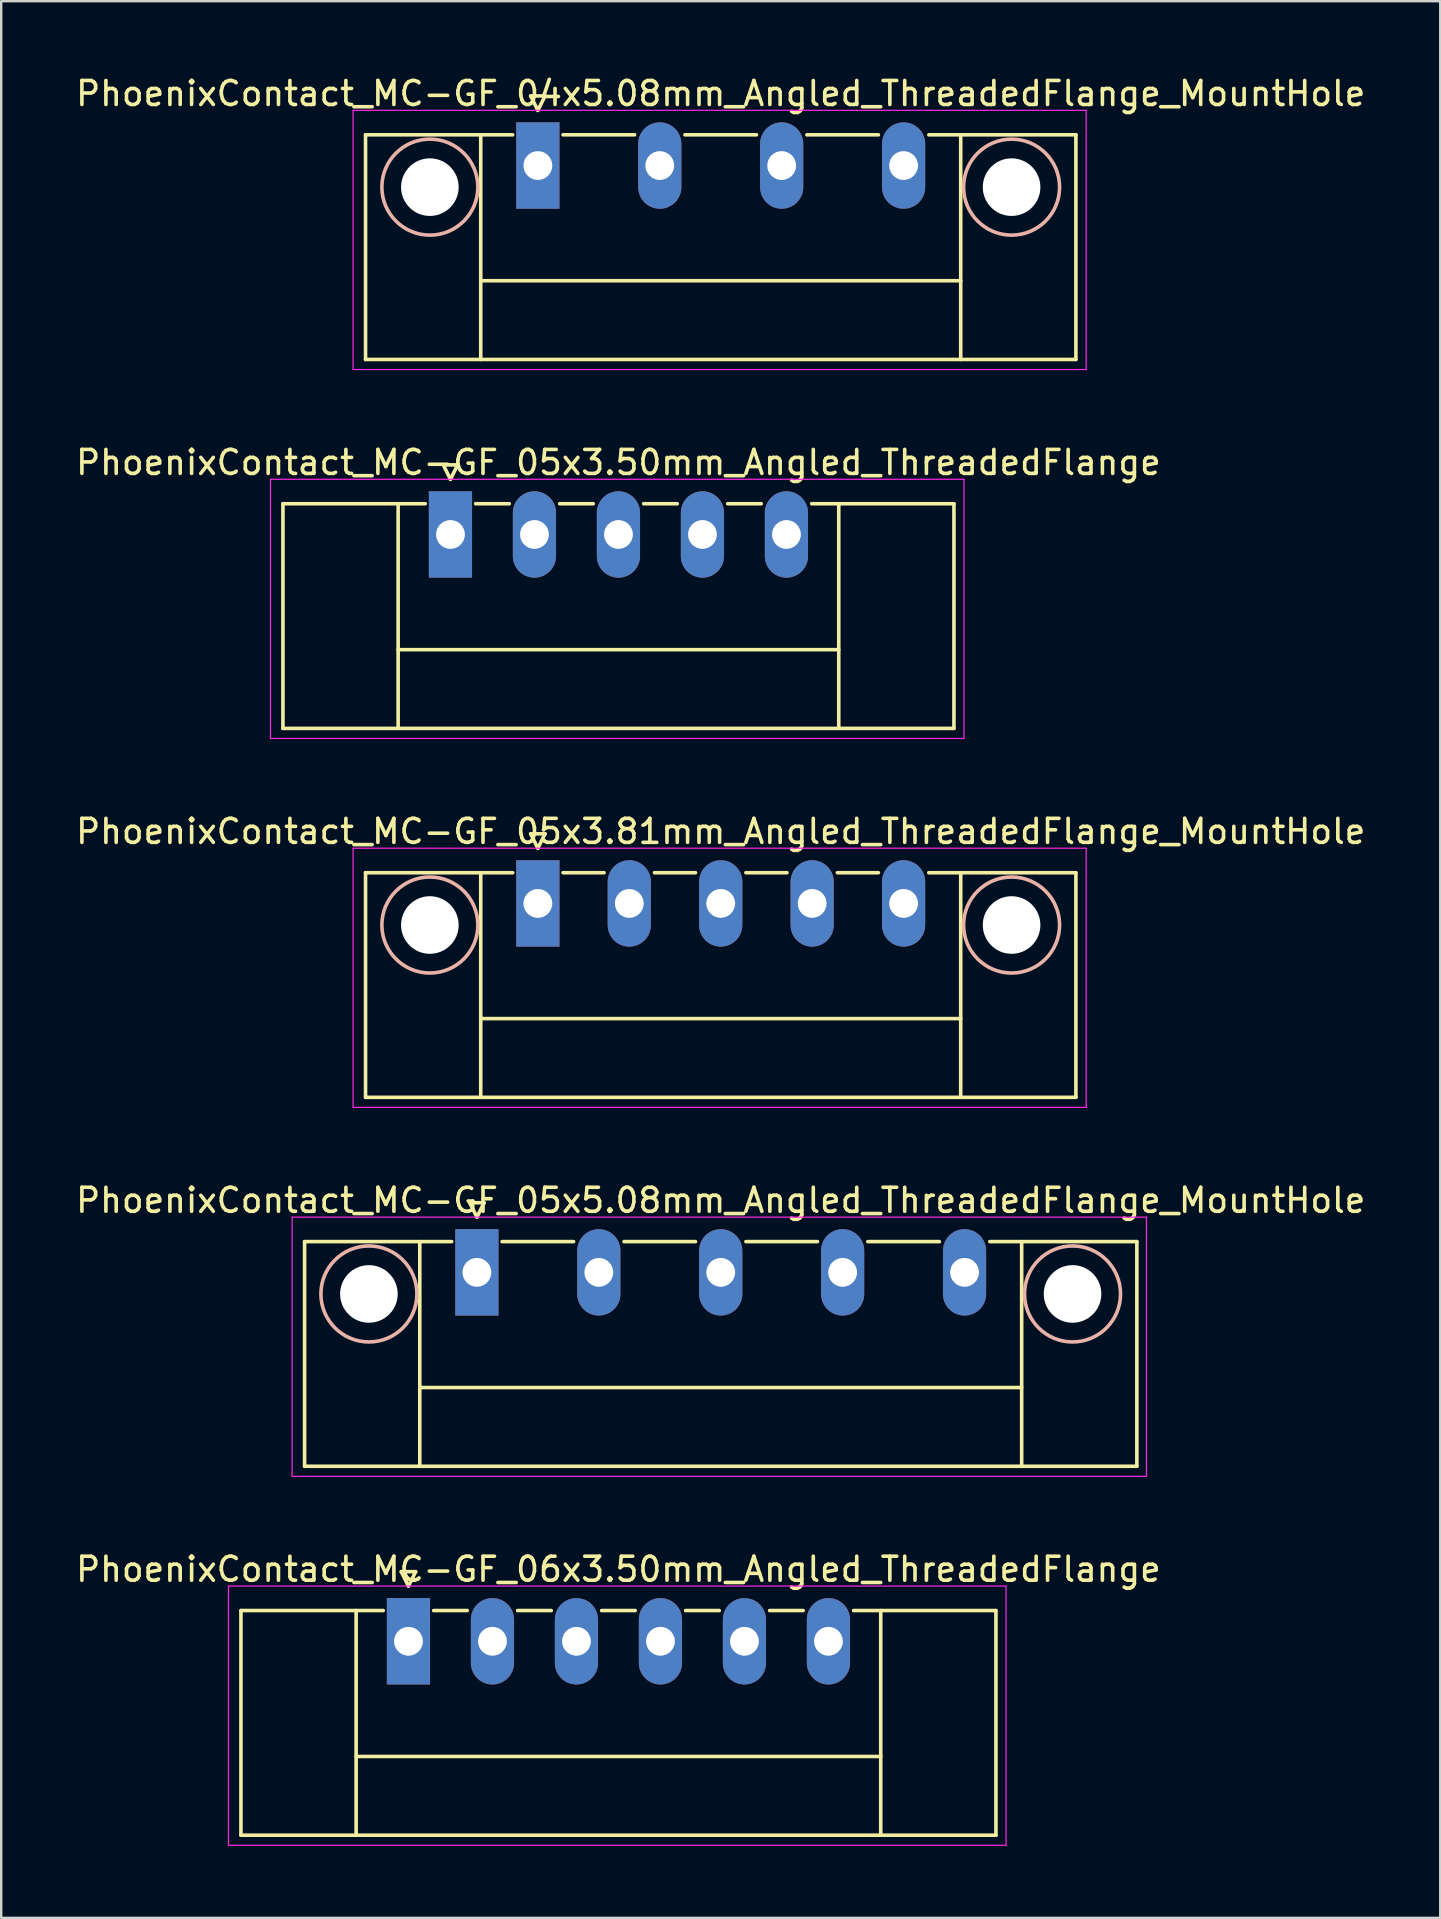
<source format=kicad_pcb>
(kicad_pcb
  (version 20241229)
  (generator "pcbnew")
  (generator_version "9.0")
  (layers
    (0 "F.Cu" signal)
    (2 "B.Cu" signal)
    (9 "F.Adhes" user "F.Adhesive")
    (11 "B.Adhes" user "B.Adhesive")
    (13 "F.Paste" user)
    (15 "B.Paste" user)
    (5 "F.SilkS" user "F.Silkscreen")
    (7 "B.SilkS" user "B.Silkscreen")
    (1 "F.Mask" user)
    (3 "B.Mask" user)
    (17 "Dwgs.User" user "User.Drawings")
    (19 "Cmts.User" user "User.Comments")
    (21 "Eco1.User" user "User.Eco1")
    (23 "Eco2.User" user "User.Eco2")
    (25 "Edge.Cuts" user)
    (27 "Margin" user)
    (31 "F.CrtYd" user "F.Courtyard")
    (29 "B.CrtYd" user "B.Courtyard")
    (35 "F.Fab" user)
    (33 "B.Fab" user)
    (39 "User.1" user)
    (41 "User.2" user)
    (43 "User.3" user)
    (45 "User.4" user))
  (footprint "PhoenixContact_MC-GF_04x5.08mm_Angled_ThreadedFlange_MountHole"
    (layer "F.Cu")
    (at 19.362 3.848)
    (property "Reference" "PhoenixContact_MC-GF_04x5.08mm_Angled_ThreadedFlange_MountHole" (at 7.62 -3 0) (layer "F.SilkS") (effects (font (size 1 1) (thickness 0.15))))
    (attr through_hole)
    (fp_line (start -7.18 -1.28) (end -7.18 8.08) (stroke (width 0.15) (type solid)) (layer "F.SilkS"))
    (fp_line (start -7.18 -1.28) (end -1.05 -1.28) (stroke (width 0.15) (type solid)) (layer "F.SilkS"))
    (fp_line (start -7.18 8.08) (end 22.42 8.08) (stroke (width 0.15) (type solid)) (layer "F.SilkS"))
    (fp_line (start -2.38 -1.28) (end -2.38 8.08) (stroke (width 0.15) (type solid)) (layer "F.SilkS"))
    (fp_line (start -2.38 4.8) (end 17.62 4.8) (stroke (width 0.15) (type solid)) (layer "F.SilkS"))
    (fp_line (start -0.3 -2.9) (end 0 -2.3) (stroke (width 0.15) (type solid)) (layer "F.SilkS"))
    (fp_line (start 0 -2.3) (end 0.3 -2.9) (stroke (width 0.15) (type solid)) (layer "F.SilkS"))
    (fp_line (start 0.3 -2.9) (end -0.3 -2.9) (stroke (width 0.15) (type solid)) (layer "F.SilkS"))
    (fp_line (start 1.05 -1.28) (end 4.03 -1.28) (stroke (width 0.15) (type solid)) (layer "F.SilkS"))
    (fp_line (start 6.13 -1.28) (end 9.11 -1.28) (stroke (width 0.15) (type solid)) (layer "F.SilkS"))
    (fp_line (start 11.21 -1.28) (end 14.19 -1.28) (stroke (width 0.15) (type solid)) (layer "F.SilkS"))
    (fp_line (start 17.62 -1.28) (end 17.62 8.08) (stroke (width 0.15) (type solid)) (layer "F.SilkS"))
    (fp_line (start 22.42 -1.28) (end 16.29 -1.28) (stroke (width 0.15) (type solid)) (layer "F.SilkS"))
    (fp_line (start 22.42 8.08) (end 22.42 -1.28) (stroke (width 0.15) (type solid)) (layer "F.SilkS"))
    (fp_circle (center -4.5 0.9) (end -2.5 0.9) (stroke (width 0.15) (type solid)) (fill no) (layer "B.SilkS"))
    (fp_circle (center 19.74 0.9) (end 21.74 0.9) (stroke (width 0.15) (type solid)) (fill no) (layer "B.SilkS"))
    (fp_line (start -7.7 -2.3) (end -7.7 8.5) (stroke (width 0.05) (type solid)) (layer "F.CrtYd"))
    (fp_line (start -7.7 8.5) (end 22.85 8.5) (stroke (width 0.05) (type solid)) (layer "F.CrtYd"))
    (fp_line (start 22.85 -2.3) (end -7.7 -2.3) (stroke (width 0.05) (type solid)) (layer "F.CrtYd"))
    (fp_line (start 22.85 8.5) (end 22.85 -2.3) (stroke (width 0.05) (type solid)) (layer "F.CrtYd"))
    (pad "" np_thru_hole circle (at -4.5 0.9) (size 2.4 2.4) (drill 2.4) (layers "*.Cu" "*.Mask"))
    (pad "" np_thru_hole circle (at 19.74 0.9) (size 2.4 2.4) (drill 2.4) (layers "*.Cu" "*.Mask"))
    (pad "1" thru_hole rect (at 0 0) (size 1.8 3.6) (drill 1.2) (layers "*.Cu" "*.Mask"))
    (pad "2" thru_hole oval (at 5.08 0) (size 1.8 3.6) (drill 1.2) (layers "*.Cu" "*.Mask"))
    (pad "3" thru_hole oval (at 10.16 0) (size 1.8 3.6) (drill 1.2) (layers "*.Cu" "*.Mask"))
    (pad "4" thru_hole oval (at 15.24 0) (size 1.8 3.6) (drill 1.2) (layers "*.Cu" "*.Mask")))
  (footprint "PhoenixContact_MC-GF_05x3.50mm_Angled_ThreadedFlange"
    (layer "F.Cu")
    (at 15.72 19.221)
    (property "Reference" "PhoenixContact_MC-GF_05x3.50mm_Angled_ThreadedFlange" (at 7 -3 0) (layer "F.SilkS") (effects (font (size 1 1) (thickness 0.15))))
    (attr through_hole)
    (fp_line (start -6.98 -1.28) (end -6.98 8.08) (stroke (width 0.15) (type solid)) (layer "F.SilkS"))
    (fp_line (start -6.98 -1.28) (end -1.05 -1.28) (stroke (width 0.15) (type solid)) (layer "F.SilkS"))
    (fp_line (start -6.98 8.08) (end 20.98 8.08) (stroke (width 0.15) (type solid)) (layer "F.SilkS"))
    (fp_line (start -2.18 -1.28) (end -2.18 8.08) (stroke (width 0.15) (type solid)) (layer "F.SilkS"))
    (fp_line (start -2.18 4.8) (end 16.18 4.8) (stroke (width 0.15) (type solid)) (layer "F.SilkS"))
    (fp_line (start -0.3 -2.9) (end 0 -2.3) (stroke (width 0.15) (type solid)) (layer "F.SilkS"))
    (fp_line (start 0 -2.3) (end 0.3 -2.9) (stroke (width 0.15) (type solid)) (layer "F.SilkS"))
    (fp_line (start 0.3 -2.9) (end -0.3 -2.9) (stroke (width 0.15) (type solid)) (layer "F.SilkS"))
    (fp_line (start 1.05 -1.28) (end 2.45 -1.28) (stroke (width 0.15) (type solid)) (layer "F.SilkS"))
    (fp_line (start 4.55 -1.28) (end 5.95 -1.28) (stroke (width 0.15) (type solid)) (layer "F.SilkS"))
    (fp_line (start 8.05 -1.28) (end 9.45 -1.28) (stroke (width 0.15) (type solid)) (layer "F.SilkS"))
    (fp_line (start 11.55 -1.28) (end 12.95 -1.28) (stroke (width 0.15) (type solid)) (layer "F.SilkS"))
    (fp_line (start 16.18 -1.28) (end 16.18 8.08) (stroke (width 0.15) (type solid)) (layer "F.SilkS"))
    (fp_line (start 20.98 -1.28) (end 15.05 -1.28) (stroke (width 0.15) (type solid)) (layer "F.SilkS"))
    (fp_line (start 20.98 8.08) (end 20.98 -1.28) (stroke (width 0.15) (type solid)) (layer "F.SilkS"))
    (fp_line (start -7.5 -2.3) (end -7.5 8.5) (stroke (width 0.05) (type solid)) (layer "F.CrtYd"))
    (fp_line (start -7.5 8.5) (end 21.4 8.5) (stroke (width 0.05) (type solid)) (layer "F.CrtYd"))
    (fp_line (start 21.4 -2.3) (end -7.5 -2.3) (stroke (width 0.05) (type solid)) (layer "F.CrtYd"))
    (fp_line (start 21.4 8.5) (end 21.4 -2.3) (stroke (width 0.05) (type solid)) (layer "F.CrtYd"))
    (pad "1" thru_hole rect (at 0 0) (size 1.8 3.6) (drill 1.2) (layers "*.Cu" "*.Mask"))
    (pad "2" thru_hole oval (at 3.5 0) (size 1.8 3.6) (drill 1.2) (layers "*.Cu" "*.Mask"))
    (pad "3" thru_hole oval (at 7 0) (size 1.8 3.6) (drill 1.2) (layers "*.Cu" "*.Mask"))
    (pad "4" thru_hole oval (at 10.5 0) (size 1.8 3.6) (drill 1.2) (layers "*.Cu" "*.Mask"))
    (pad "5" thru_hole oval (at 14 0) (size 1.8 3.6) (drill 1.2) (layers "*.Cu" "*.Mask")))
  (footprint "PhoenixContact_MC-GF_06x3.50mm_Angled_ThreadedFlange"
    (layer "F.Cu")
    (at 13.97 65.341)
    (property "Reference" "PhoenixContact_MC-GF_06x3.50mm_Angled_ThreadedFlange" (at 8.75 -3 0) (layer "F.SilkS") (effects (font (size 1 1) (thickness 0.15))))
    (attr through_hole)
    (fp_line (start -6.98 -1.28) (end -6.98 8.08) (stroke (width 0.15) (type solid)) (layer "F.SilkS"))
    (fp_line (start -6.98 -1.28) (end -1.05 -1.28) (stroke (width 0.15) (type solid)) (layer "F.SilkS"))
    (fp_line (start -6.98 8.08) (end 24.48 8.08) (stroke (width 0.15) (type solid)) (layer "F.SilkS"))
    (fp_line (start -2.18 -1.28) (end -2.18 8.08) (stroke (width 0.15) (type solid)) (layer "F.SilkS"))
    (fp_line (start -2.18 4.8) (end 19.68 4.8) (stroke (width 0.15) (type solid)) (layer "F.SilkS"))
    (fp_line (start -0.3 -2.9) (end 0 -2.3) (stroke (width 0.15) (type solid)) (layer "F.SilkS"))
    (fp_line (start 0 -2.3) (end 0.3 -2.9) (stroke (width 0.15) (type solid)) (layer "F.SilkS"))
    (fp_line (start 0.3 -2.9) (end -0.3 -2.9) (stroke (width 0.15) (type solid)) (layer "F.SilkS"))
    (fp_line (start 1.05 -1.28) (end 2.45 -1.28) (stroke (width 0.15) (type solid)) (layer "F.SilkS"))
    (fp_line (start 4.55 -1.28) (end 5.95 -1.28) (stroke (width 0.15) (type solid)) (layer "F.SilkS"))
    (fp_line (start 8.05 -1.28) (end 9.45 -1.28) (stroke (width 0.15) (type solid)) (layer "F.SilkS"))
    (fp_line (start 11.55 -1.28) (end 12.95 -1.28) (stroke (width 0.15) (type solid)) (layer "F.SilkS"))
    (fp_line (start 15.05 -1.28) (end 16.45 -1.28) (stroke (width 0.15) (type solid)) (layer "F.SilkS"))
    (fp_line (start 19.68 -1.28) (end 19.68 8.08) (stroke (width 0.15) (type solid)) (layer "F.SilkS"))
    (fp_line (start 24.48 -1.28) (end 18.55 -1.28) (stroke (width 0.15) (type solid)) (layer "F.SilkS"))
    (fp_line (start 24.48 8.08) (end 24.48 -1.28) (stroke (width 0.15) (type solid)) (layer "F.SilkS"))
    (fp_line (start -7.5 -2.3) (end -7.5 8.5) (stroke (width 0.05) (type solid)) (layer "F.CrtYd"))
    (fp_line (start -7.5 8.5) (end 24.9 8.5) (stroke (width 0.05) (type solid)) (layer "F.CrtYd"))
    (fp_line (start 24.9 -2.3) (end -7.5 -2.3) (stroke (width 0.05) (type solid)) (layer "F.CrtYd"))
    (fp_line (start 24.9 8.5) (end 24.9 -2.3) (stroke (width 0.05) (type solid)) (layer "F.CrtYd"))
    (pad "1" thru_hole rect (at 0 0) (size 1.8 3.6) (drill 1.2) (layers "*.Cu" "*.Mask"))
    (pad "2" thru_hole oval (at 3.5 0) (size 1.8 3.6) (drill 1.2) (layers "*.Cu" "*.Mask"))
    (pad "3" thru_hole oval (at 7 0) (size 1.8 3.6) (drill 1.2) (layers "*.Cu" "*.Mask"))
    (pad "4" thru_hole oval (at 10.5 0) (size 1.8 3.6) (drill 1.2) (layers "*.Cu" "*.Mask"))
    (pad "5" thru_hole oval (at 14 0) (size 1.8 3.6) (drill 1.2) (layers "*.Cu" "*.Mask"))
    (pad "6" thru_hole oval (at 17.5 0) (size 1.8 3.6) (drill 1.2) (layers "*.Cu" "*.Mask")))
  (footprint "PhoenixContact_MC-GF_05x3.81mm_Angled_ThreadedFlange_MountHole"
    (layer "F.Cu")
    (at 19.362 34.595)
    (property "Reference" "PhoenixContact_MC-GF_05x3.81mm_Angled_ThreadedFlange_MountHole" (at 7.62 -3 0) (layer "F.SilkS") (effects (font (size 1 1) (thickness 0.15))))
    (attr through_hole)
    (fp_line (start -7.18 -1.28) (end -7.18 8.08) (stroke (width 0.15) (type solid)) (layer "F.SilkS"))
    (fp_line (start -7.18 -1.28) (end -1.05 -1.28) (stroke (width 0.15) (type solid)) (layer "F.SilkS"))
    (fp_line (start -7.18 8.08) (end 22.42 8.08) (stroke (width 0.15) (type solid)) (layer "F.SilkS"))
    (fp_line (start -2.38 -1.28) (end -2.38 8.08) (stroke (width 0.15) (type solid)) (layer "F.SilkS"))
    (fp_line (start -2.38 4.8) (end 17.62 4.8) (stroke (width 0.15) (type solid)) (layer "F.SilkS"))
    (fp_line (start -0.3 -2.9) (end 0 -2.3) (stroke (width 0.15) (type solid)) (layer "F.SilkS"))
    (fp_line (start 0 -2.3) (end 0.3 -2.9) (stroke (width 0.15) (type solid)) (layer "F.SilkS"))
    (fp_line (start 0.3 -2.9) (end -0.3 -2.9) (stroke (width 0.15) (type solid)) (layer "F.SilkS"))
    (fp_line (start 1.05 -1.28) (end 2.76 -1.28) (stroke (width 0.15) (type solid)) (layer "F.SilkS"))
    (fp_line (start 4.86 -1.28) (end 6.57 -1.28) (stroke (width 0.15) (type solid)) (layer "F.SilkS"))
    (fp_line (start 8.67 -1.28) (end 10.38 -1.28) (stroke (width 0.15) (type solid)) (layer "F.SilkS"))
    (fp_line (start 12.48 -1.28) (end 14.19 -1.28) (stroke (width 0.15) (type solid)) (layer "F.SilkS"))
    (fp_line (start 17.62 -1.28) (end 17.62 8.08) (stroke (width 0.15) (type solid)) (layer "F.SilkS"))
    (fp_line (start 22.42 -1.28) (end 16.29 -1.28) (stroke (width 0.15) (type solid)) (layer "F.SilkS"))
    (fp_line (start 22.42 8.08) (end 22.42 -1.28) (stroke (width 0.15) (type solid)) (layer "F.SilkS"))
    (fp_circle (center -4.5 0.9) (end -2.5 0.9) (stroke (width 0.15) (type solid)) (fill no) (layer "B.SilkS"))
    (fp_circle (center 19.74 0.9) (end 21.74 0.9) (stroke (width 0.15) (type solid)) (fill no) (layer "B.SilkS"))
    (fp_line (start -7.7 -2.3) (end -7.7 8.5) (stroke (width 0.05) (type solid)) (layer "F.CrtYd"))
    (fp_line (start -7.7 8.5) (end 22.85 8.5) (stroke (width 0.05) (type solid)) (layer "F.CrtYd"))
    (fp_line (start 22.85 -2.3) (end -7.7 -2.3) (stroke (width 0.05) (type solid)) (layer "F.CrtYd"))
    (fp_line (start 22.85 8.5) (end 22.85 -2.3) (stroke (width 0.05) (type solid)) (layer "F.CrtYd"))
    (pad "" np_thru_hole circle (at -4.5 0.9) (size 2.4 2.4) (drill 2.4) (layers "*.Cu" "*.Mask"))
    (pad "" np_thru_hole circle (at 19.74 0.9) (size 2.4 2.4) (drill 2.4) (layers "*.Cu" "*.Mask"))
    (pad "1" thru_hole rect (at 0 0) (size 1.8 3.6) (drill 1.2) (layers "*.Cu" "*.Mask"))
    (pad "2" thru_hole oval (at 3.81 0) (size 1.8 3.6) (drill 1.2) (layers "*.Cu" "*.Mask"))
    (pad "3" thru_hole oval (at 7.62 0) (size 1.8 3.6) (drill 1.2) (layers "*.Cu" "*.Mask"))
    (pad "4" thru_hole oval (at 11.43 0) (size 1.8 3.6) (drill 1.2) (layers "*.Cu" "*.Mask"))
    (pad "5" thru_hole oval (at 15.24 0) (size 1.8 3.6) (drill 1.2) (layers "*.Cu" "*.Mask")))
  (footprint "PhoenixContact_MC-GF_05x5.08mm_Angled_ThreadedFlange_MountHole"
    (layer "F.Cu")
    (at 16.822 49.968)
    (property "Reference" "PhoenixContact_MC-GF_05x5.08mm_Angled_ThreadedFlange_MountHole" (at 10.16 -3 0) (layer "F.SilkS") (effects (font (size 1 1) (thickness 0.15))))
    (attr through_hole)
    (fp_line (start -7.18 -1.28) (end -7.18 8.08) (stroke (width 0.15) (type solid)) (layer "F.SilkS"))
    (fp_line (start -7.18 -1.28) (end -1.05 -1.28) (stroke (width 0.15) (type solid)) (layer "F.SilkS"))
    (fp_line (start -7.18 8.08) (end 27.5 8.08) (stroke (width 0.15) (type solid)) (layer "F.SilkS"))
    (fp_line (start -2.38 -1.28) (end -2.38 8.08) (stroke (width 0.15) (type solid)) (layer "F.SilkS"))
    (fp_line (start -2.38 4.8) (end 22.7 4.8) (stroke (width 0.15) (type solid)) (layer "F.SilkS"))
    (fp_line (start -0.3 -2.9) (end 0 -2.3) (stroke (width 0.15) (type solid)) (layer "F.SilkS"))
    (fp_line (start 0 -2.3) (end 0.3 -2.9) (stroke (width 0.15) (type solid)) (layer "F.SilkS"))
    (fp_line (start 0.3 -2.9) (end -0.3 -2.9) (stroke (width 0.15) (type solid)) (layer "F.SilkS"))
    (fp_line (start 1.05 -1.28) (end 4.03 -1.28) (stroke (width 0.15) (type solid)) (layer "F.SilkS"))
    (fp_line (start 6.13 -1.28) (end 9.11 -1.28) (stroke (width 0.15) (type solid)) (layer "F.SilkS"))
    (fp_line (start 11.21 -1.28) (end 14.19 -1.28) (stroke (width 0.15) (type solid)) (layer "F.SilkS"))
    (fp_line (start 16.29 -1.28) (end 19.27 -1.28) (stroke (width 0.15) (type solid)) (layer "F.SilkS"))
    (fp_line (start 22.7 -1.28) (end 22.7 8.08) (stroke (width 0.15) (type solid)) (layer "F.SilkS"))
    (fp_line (start 27.5 -1.28) (end 21.37 -1.28) (stroke (width 0.15) (type solid)) (layer "F.SilkS"))
    (fp_line (start 27.5 8.08) (end 27.5 -1.28) (stroke (width 0.15) (type solid)) (layer "F.SilkS"))
    (fp_circle (center -4.5 0.9) (end -2.5 0.9) (stroke (width 0.15) (type solid)) (fill no) (layer "B.SilkS"))
    (fp_circle (center 24.82 0.9) (end 26.82 0.9) (stroke (width 0.15) (type solid)) (fill no) (layer "B.SilkS"))
    (fp_line (start -7.7 -2.3) (end -7.7 8.5) (stroke (width 0.05) (type solid)) (layer "F.CrtYd"))
    (fp_line (start -7.7 8.5) (end 27.9 8.5) (stroke (width 0.05) (type solid)) (layer "F.CrtYd"))
    (fp_line (start 27.9 -2.3) (end -7.7 -2.3) (stroke (width 0.05) (type solid)) (layer "F.CrtYd"))
    (fp_line (start 27.9 8.5) (end 27.9 -2.3) (stroke (width 0.05) (type solid)) (layer "F.CrtYd"))
    (pad "" np_thru_hole circle (at -4.5 0.9) (size 2.4 2.4) (drill 2.4) (layers "*.Cu" "*.Mask"))
    (pad "" np_thru_hole circle (at 24.82 0.9) (size 2.4 2.4) (drill 2.4) (layers "*.Cu" "*.Mask"))
    (pad "1" thru_hole rect (at 0 0) (size 1.8 3.6) (drill 1.2) (layers "*.Cu" "*.Mask"))
    (pad "2" thru_hole oval (at 5.08 0) (size 1.8 3.6) (drill 1.2) (layers "*.Cu" "*.Mask"))
    (pad "3" thru_hole oval (at 10.16 0) (size 1.8 3.6) (drill 1.2) (layers "*.Cu" "*.Mask"))
    (pad "4" thru_hole oval (at 15.24 0) (size 1.8 3.6) (drill 1.2) (layers "*.Cu" "*.Mask"))
    (pad "5" thru_hole oval (at 20.32 0) (size 1.8 3.6) (drill 1.2) (layers "*.Cu" "*.Mask")))
  (gr_rect
    (start -3 -3)
    (end 56.964 76.866)
    (stroke (width 0.1) (type default))
    (fill no)
    (layer "Edge.Cuts")))
</source>
